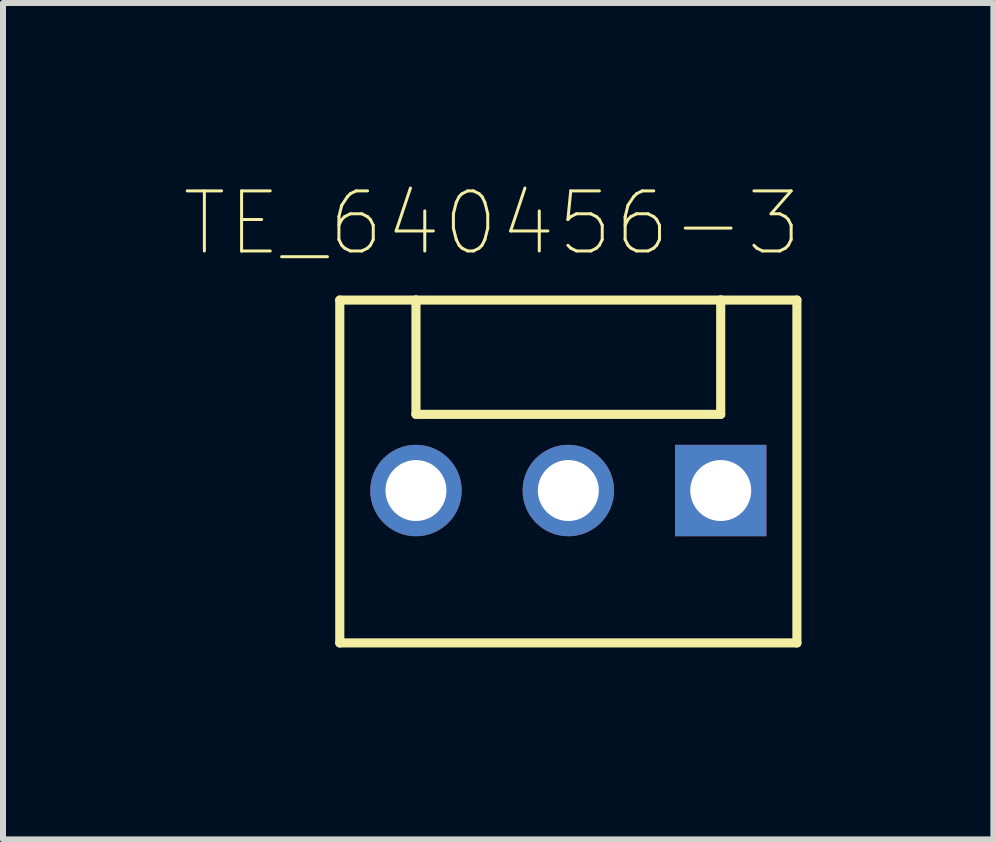
<source format=kicad_pcb>
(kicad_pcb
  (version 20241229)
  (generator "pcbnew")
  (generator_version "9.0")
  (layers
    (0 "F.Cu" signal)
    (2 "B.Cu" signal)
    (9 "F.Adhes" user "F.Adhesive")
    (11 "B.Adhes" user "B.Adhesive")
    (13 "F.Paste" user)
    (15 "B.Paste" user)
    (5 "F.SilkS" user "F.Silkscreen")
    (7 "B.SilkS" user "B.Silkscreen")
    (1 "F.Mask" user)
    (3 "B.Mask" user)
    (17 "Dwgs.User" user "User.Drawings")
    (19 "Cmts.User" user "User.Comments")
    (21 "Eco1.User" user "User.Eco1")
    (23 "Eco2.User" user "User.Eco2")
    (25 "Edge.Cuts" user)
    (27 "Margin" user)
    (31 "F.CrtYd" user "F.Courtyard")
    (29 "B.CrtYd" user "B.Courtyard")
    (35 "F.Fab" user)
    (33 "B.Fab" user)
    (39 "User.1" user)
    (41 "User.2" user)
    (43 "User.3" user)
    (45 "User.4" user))
  (footprint "TE_640456-3"
    (layer "F.Cu")
    (at 6.424 5.127)
    (property "Reference" "TE_640456-3" (at -1.272 -4.454 0) (layer "F.SilkS") (effects (font (size 1.002 1.002) (thickness 0.05))))
    (attr through_hole)
    (fp_line (start -3.81 -3.175) (end -3.81 2.54) (stroke (width 0.152) (type solid)) (layer "F.SilkS"))
    (fp_line (start -3.81 2.54) (end 3.81 2.54) (stroke (width 0.152) (type solid)) (layer "F.SilkS"))
    (fp_line (start -2.54 -3.175) (end -3.81 -3.175) (stroke (width 0.152) (type solid)) (layer "F.SilkS"))
    (fp_line (start -2.54 -3.175) (end -2.54 -1.27) (stroke (width 0.152) (type solid)) (layer "F.SilkS"))
    (fp_line (start -2.54 -1.27) (end 2.54 -1.27) (stroke (width 0.152) (type solid)) (layer "F.SilkS"))
    (fp_line (start 2.54 -3.175) (end -2.54 -3.175) (stroke (width 0.152) (type solid)) (layer "F.SilkS"))
    (fp_line (start 2.54 -1.27) (end 2.54 -3.175) (stroke (width 0.152) (type solid)) (layer "F.SilkS"))
    (fp_line (start 3.81 -3.175) (end 2.54 -3.175) (stroke (width 0.152) (type solid)) (layer "F.SilkS"))
    (fp_line (start 3.81 2.54) (end 3.81 -3.175) (stroke (width 0.152) (type solid)) (layer "F.SilkS"))
    (fp_line (start -4.06 -3.425) (end 4.06 -3.425) (stroke (width 0.05) (type solid)) (layer "Eco1.User"))
    (fp_line (start -4.06 2.79) (end -4.06 -3.425) (stroke (width 0.05) (type solid)) (layer "Eco1.User"))
    (fp_line (start 4.06 -3.425) (end 4.06 2.79) (stroke (width 0.05) (type solid)) (layer "Eco1.User"))
    (fp_line (start 4.06 2.79) (end -4.06 2.79) (stroke (width 0.05) (type solid)) (layer "Eco1.User"))
    (fp_line (start -3.81 -3.175) (end -3.81 2.54) (stroke (width 0.152) (type solid)) (layer "Eco2.User"))
    (fp_line (start -3.81 2.54) (end 3.81 2.54) (stroke (width 0.152) (type solid)) (layer "Eco2.User"))
    (fp_line (start -2.54 -3.175) (end -3.81 -3.175) (stroke (width 0.152) (type solid)) (layer "Eco2.User"))
    (fp_line (start -2.54 -3.175) (end -2.54 -1.27) (stroke (width 0.152) (type solid)) (layer "Eco2.User"))
    (fp_line (start -2.54 -1.27) (end 2.54 -1.27) (stroke (width 0.152) (type solid)) (layer "Eco2.User"))
    (fp_line (start 2.54 -3.175) (end -2.54 -3.175) (stroke (width 0.152) (type solid)) (layer "Eco2.User"))
    (fp_line (start 2.54 -1.27) (end 2.54 -3.175) (stroke (width 0.152) (type solid)) (layer "Eco2.User"))
    (fp_line (start 3.81 -3.175) (end 2.54 -3.175) (stroke (width 0.152) (type solid)) (layer "Eco2.User"))
    (fp_line (start 3.81 2.54) (end 3.81 -3.175) (stroke (width 0.152) (type solid)) (layer "Eco2.User"))
    (pad "1" thru_hole rect (at 2.54 0) (size 1.524 1.524) (drill 1.016) (layers "*.Cu" "*.Mask"))
    (pad "2" thru_hole circle (at 0 0) (size 1.524 1.524) (drill 1.016) (layers "*.Cu" "*.Mask"))
    (pad "3" thru_hole circle (at -2.54 0) (size 1.524 1.524) (drill 1.016) (layers "*.Cu" "*.Mask")))
  (gr_rect
    (start -3 -3)
    (end 13.509 10.942)
    (stroke (width 0.1) (type default))
    (fill no)
    (layer "Edge.Cuts")))
</source>
